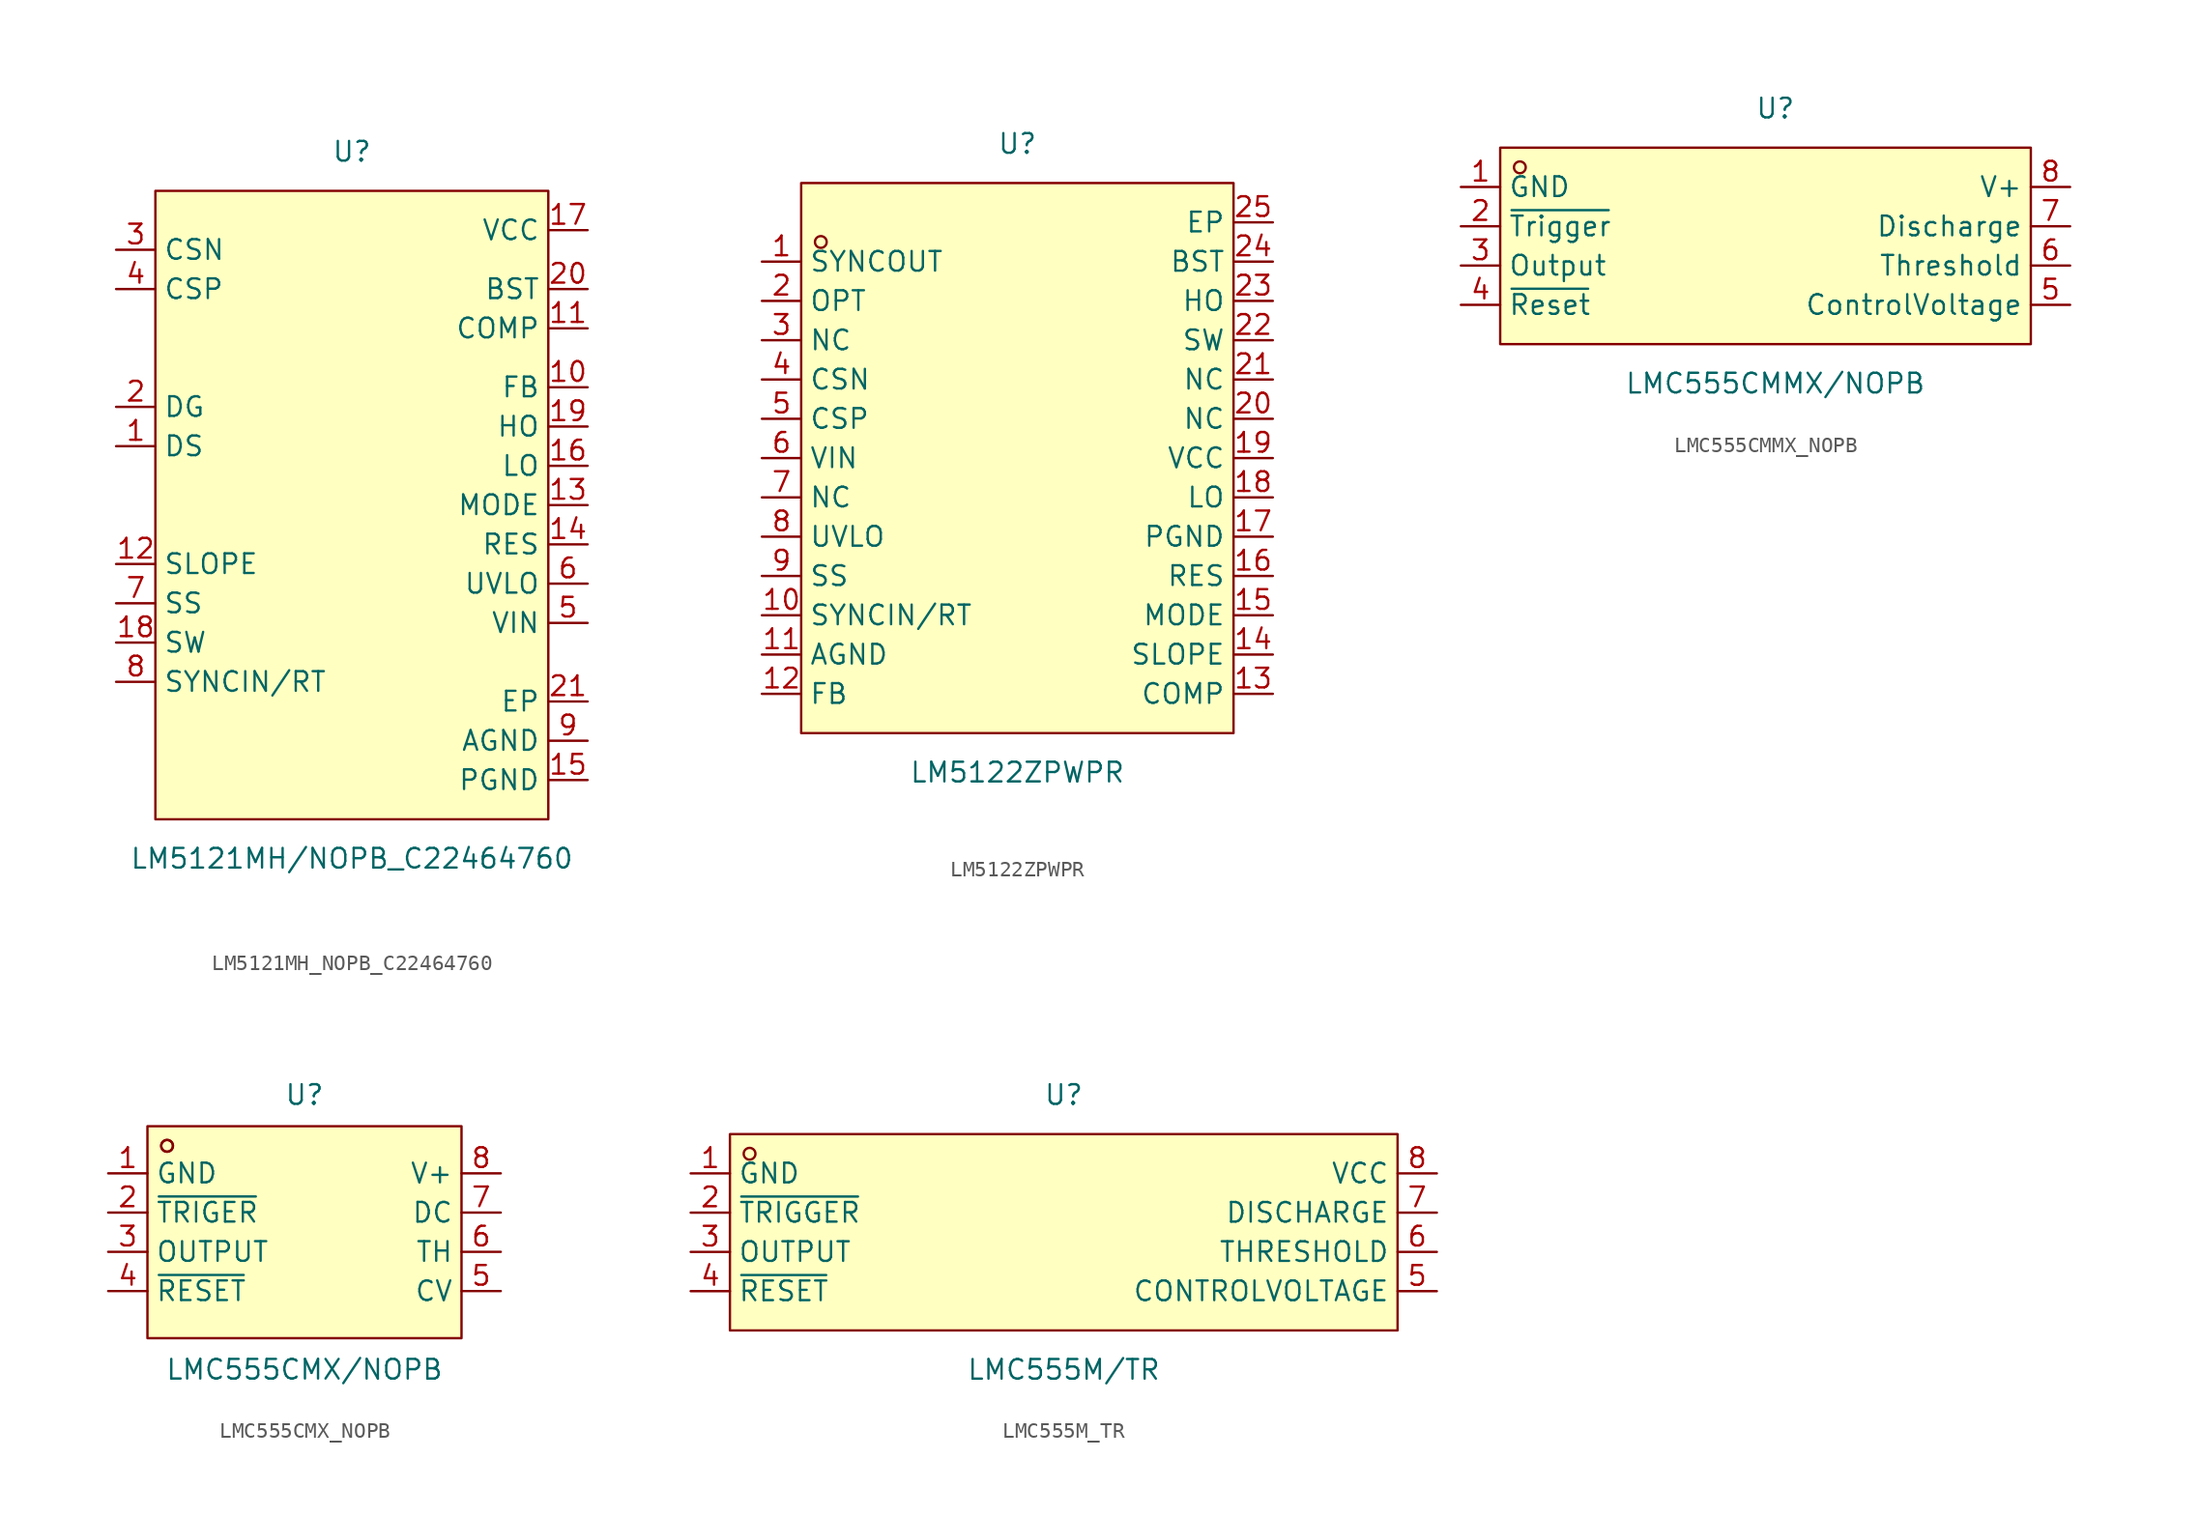
<source format=kicad_sym>
(kicad_symbol_lib
  (version 20231120)
  (generator "kicad_symbol_editor")
  (generator_version "8.0")
  (symbol "LM5121MH_NOPB_C22464760"
    (property "Reference" "U"
      (at 0 20.32 0)
      (effects (font (size 1.27 1.27))))
    (property "Value" "LM5121MH/NOPB_C22464760"
      (at 0 -25.40 0)
      (effects (font (size 1.27 1.27))))
    (symbol "LM5121MH_NOPB_C22464760_0_1"
      (rectangle (start -12.70 17.78) (end 12.70 -22.86) (stroke (width 0) (type default) (color 0 0 0 0)) (fill (type background)))
      (pin unspecified line (at -15.24 13.97 0) (length 2.54) (name "CSN" (effects (font (size 1.27 1.27)))) (number "3" (effects (font (size 1.27 1.27)))))
      (pin unspecified line (at -15.24 11.43 0) (length 2.54) (name "CSP" (effects (font (size 1.27 1.27)))) (number "4" (effects (font (size 1.27 1.27)))))
      (pin unspecified line (at -15.24 3.81 0) (length 2.54) (name "DG" (effects (font (size 1.27 1.27)))) (number "2" (effects (font (size 1.27 1.27)))))
      (pin unspecified line (at -15.24 1.27 0) (length 2.54) (name "DS" (effects (font (size 1.27 1.27)))) (number "1" (effects (font (size 1.27 1.27)))))
      (pin unspecified line (at -15.24 -6.35 0) (length 2.54) (name "SLOPE" (effects (font (size 1.27 1.27)))) (number "12" (effects (font (size 1.27 1.27)))))
      (pin unspecified line (at -15.24 -8.89 0) (length 2.54) (name "SS" (effects (font (size 1.27 1.27)))) (number "7" (effects (font (size 1.27 1.27)))))
      (pin unspecified line (at -15.24 -11.43 0) (length 2.54) (name "SW" (effects (font (size 1.27 1.27)))) (number "18" (effects (font (size 1.27 1.27)))))
      (pin unspecified line (at -15.24 -13.97 0) (length 2.54) (name "SYNCIN/RT" (effects (font (size 1.27 1.27)))) (number "8" (effects (font (size 1.27 1.27)))))
      (pin unspecified line (at 15.24 -20.32 180) (length 2.54) (name "PGND" (effects (font (size 1.27 1.27)))) (number "15" (effects (font (size 1.27 1.27)))))
      (pin unspecified line (at 15.24 -17.78 180) (length 2.54) (name "AGND" (effects (font (size 1.27 1.27)))) (number "9" (effects (font (size 1.27 1.27)))))
      (pin unspecified line (at 15.24 -10.16 180) (length 2.54) (name "VIN" (effects (font (size 1.27 1.27)))) (number "5" (effects (font (size 1.27 1.27)))))
      (pin unspecified line (at 15.24 -7.62 180) (length 2.54) (name "UVLO" (effects (font (size 1.27 1.27)))) (number "6" (effects (font (size 1.27 1.27)))))
      (pin unspecified line (at 15.24 -5.08 180) (length 2.54) (name "RES" (effects (font (size 1.27 1.27)))) (number "14" (effects (font (size 1.27 1.27)))))
      (pin unspecified line (at 15.24 -2.54 180) (length 2.54) (name "MODE" (effects (font (size 1.27 1.27)))) (number "13" (effects (font (size 1.27 1.27)))))
      (pin unspecified line (at 15.24 -0.00 180) (length 2.54) (name "LO" (effects (font (size 1.27 1.27)))) (number "16" (effects (font (size 1.27 1.27)))))
      (pin unspecified line (at 15.24 2.54 180) (length 2.54) (name "HO" (effects (font (size 1.27 1.27)))) (number "19" (effects (font (size 1.27 1.27)))))
      (pin unspecified line (at 15.24 5.08 180) (length 2.54) (name "FB" (effects (font (size 1.27 1.27)))) (number "10" (effects (font (size 1.27 1.27)))))
      (pin unspecified line (at 15.24 -15.24 180) (length 2.54) (name "EP" (effects (font (size 1.27 1.27)))) (number "21" (effects (font (size 1.27 1.27)))))
      (pin unspecified line (at 15.24 8.89 180) (length 2.54) (name "COMP" (effects (font (size 1.27 1.27)))) (number "11" (effects (font (size 1.27 1.27)))))
      (pin unspecified line (at 15.24 11.43 180) (length 2.54) (name "BST" (effects (font (size 1.27 1.27)))) (number "20" (effects (font (size 1.27 1.27)))))
      (pin unspecified line (at 15.24 15.24 180) (length 2.54) (name "VCC" (effects (font (size 1.27 1.27)))) (number "17" (effects (font (size 1.27 1.27)))))))
  (symbol "LM5122ZPWPR"
    (property "Reference" "U"
      (at 0 20.32 0)
      (effects (font (size 1.27 1.27))))
    (property "Value" "LM5122ZPWPR"
      (at 0 -20.32 0)
      (effects (font (size 1.27 1.27))))
    (symbol "LM5122ZPWPR_0_1"
      (rectangle (start -13.97 17.78) (end 13.97 -17.78) (stroke (width 0) (type default)) (fill (type background)))
      (circle (center -12.7 13.97) (radius 0.38) (stroke (width 0) (type default)) (fill (type none)))
      (pin unspecified line (at -16.51 12.7 0) (length 2.54) (name "SYNCOUT" (effects (font (size 1.27 1.27)))) (number "1" (effects (font (size 1.27 1.27)))))
      (pin unspecified line (at -16.51 -10.16 0) (length 2.54) (name "SYNCIN/RT" (effects (font (size 1.27 1.27)))) (number "10" (effects (font (size 1.27 1.27)))))
      (pin unspecified line (at -16.51 -12.7 0) (length 2.54) (name "AGND" (effects (font (size 1.27 1.27)))) (number "11" (effects (font (size 1.27 1.27)))))
      (pin unspecified line (at -16.51 -15.24 0) (length 2.54) (name "FB" (effects (font (size 1.27 1.27)))) (number "12" (effects (font (size 1.27 1.27)))))
      (pin unspecified line (at 16.51 -15.24 180) (length 2.54) (name "COMP" (effects (font (size 1.27 1.27)))) (number "13" (effects (font (size 1.27 1.27)))))
      (pin unspecified line (at 16.51 -12.7 180) (length 2.54) (name "SLOPE" (effects (font (size 1.27 1.27)))) (number "14" (effects (font (size 1.27 1.27)))))
      (pin unspecified line (at 16.51 -10.16 180) (length 2.54) (name "MODE" (effects (font (size 1.27 1.27)))) (number "15" (effects (font (size 1.27 1.27)))))
      (pin unspecified line (at 16.51 -7.62 180) (length 2.54) (name "RES" (effects (font (size 1.27 1.27)))) (number "16" (effects (font (size 1.27 1.27)))))
      (pin unspecified line (at 16.51 -5.08 180) (length 2.54) (name "PGND" (effects (font (size 1.27 1.27)))) (number "17" (effects (font (size 1.27 1.27)))))
      (pin unspecified line (at 16.51 -2.54 180) (length 2.54) (name "LO" (effects (font (size 1.27 1.27)))) (number "18" (effects (font (size 1.27 1.27)))))
      (pin unspecified line (at 16.51 0 180) (length 2.54) (name "VCC" (effects (font (size 1.27 1.27)))) (number "19" (effects (font (size 1.27 1.27)))))
      (pin unspecified line (at -16.51 10.16 0) (length 2.54) (name "OPT" (effects (font (size 1.27 1.27)))) (number "2" (effects (font (size 1.27 1.27)))))
      (pin unspecified line (at 16.51 2.54 180) (length 2.54) (name "NC" (effects (font (size 1.27 1.27)))) (number "20" (effects (font (size 1.27 1.27)))))
      (pin unspecified line (at 16.51 5.08 180) (length 2.54) (name "NC" (effects (font (size 1.27 1.27)))) (number "21" (effects (font (size 1.27 1.27)))))
      (pin unspecified line (at 16.51 7.62 180) (length 2.54) (name "SW" (effects (font (size 1.27 1.27)))) (number "22" (effects (font (size 1.27 1.27)))))
      (pin unspecified line (at 16.51 10.16 180) (length 2.54) (name "HO" (effects (font (size 1.27 1.27)))) (number "23" (effects (font (size 1.27 1.27)))))
      (pin unspecified line (at 16.51 12.7 180) (length 2.54) (name "BST" (effects (font (size 1.27 1.27)))) (number "24" (effects (font (size 1.27 1.27)))))
      (pin unspecified line (at 16.51 15.24 180) (length 2.54) (name "EP" (effects (font (size 1.27 1.27)))) (number "25" (effects (font (size 1.27 1.27)))))
      (pin unspecified line (at -16.51 7.62 0) (length 2.54) (name "NC" (effects (font (size 1.27 1.27)))) (number "3" (effects (font (size 1.27 1.27)))))
      (pin unspecified line (at -16.51 5.08 0) (length 2.54) (name "CSN" (effects (font (size 1.27 1.27)))) (number "4" (effects (font (size 1.27 1.27)))))
      (pin unspecified line (at -16.51 2.54 0) (length 2.54) (name "CSP" (effects (font (size 1.27 1.27)))) (number "5" (effects (font (size 1.27 1.27)))))
      (pin unspecified line (at -16.51 0 0) (length 2.54) (name "VIN" (effects (font (size 1.27 1.27)))) (number "6" (effects (font (size 1.27 1.27)))))
      (pin unspecified line (at -16.51 -2.54 0) (length 2.54) (name "NC" (effects (font (size 1.27 1.27)))) (number "7" (effects (font (size 1.27 1.27)))))
      (pin unspecified line (at -16.51 -5.08 0) (length 2.54) (name "UVLO" (effects (font (size 1.27 1.27)))) (number "8" (effects (font (size 1.27 1.27)))))
      (pin unspecified line (at -16.51 -7.62 0) (length 2.54) (name "SS" (effects (font (size 1.27 1.27)))) (number "9" (effects (font (size 1.27 1.27)))))))
  (symbol "LMC555CMMX_NOPB"
    (property "Reference" "U"
      (at 0 8.89 0)
      (effects (font (size 1.27 1.27))))
    (property "Value" "LMC555CMMX/NOPB"
      (at 0 -8.89 0)
      (effects (font (size 1.27 1.27))))
    (symbol "LMC555CMMX_NOPB_0_1"
      (rectangle (start -17.78 6.35) (end 16.51 -6.35) (stroke (width 0) (type default)) (fill (type background)))
      (circle (center -16.51 5.08) (radius 0.38) (stroke (width 0) (type default)) (fill (type none)))
      (pin unspecified line (at -20.32 3.81 0) (length 2.54) (name "GND" (effects (font (size 1.27 1.27)))) (number "1" (effects (font (size 1.27 1.27)))))
      (pin unspecified line (at -20.32 1.27 0) (length 2.54) (name "~{Trigger}" (effects (font (size 1.27 1.27)))) (number "2" (effects (font (size 1.27 1.27)))))
      (pin unspecified line (at -20.32 -1.27 0) (length 2.54) (name "Output" (effects (font (size 1.27 1.27)))) (number "3" (effects (font (size 1.27 1.27)))))
      (pin unspecified line (at -20.32 -3.81 0) (length 2.54) (name "~{Reset}" (effects (font (size 1.27 1.27)))) (number "4" (effects (font (size 1.27 1.27)))))
      (pin unspecified line (at 19.05 -3.81 180) (length 2.54) (name "ControlVoltage" (effects (font (size 1.27 1.27)))) (number "5" (effects (font (size 1.27 1.27)))))
      (pin unspecified line (at 19.05 -1.27 180) (length 2.54) (name "Threshold" (effects (font (size 1.27 1.27)))) (number "6" (effects (font (size 1.27 1.27)))))
      (pin unspecified line (at 19.05 1.27 180) (length 2.54) (name "Discharge" (effects (font (size 1.27 1.27)))) (number "7" (effects (font (size 1.27 1.27)))))
      (pin unspecified line (at 19.05 3.81 180) (length 2.54) (name "V+" (effects (font (size 1.27 1.27)))) (number "8" (effects (font (size 1.27 1.27)))))))
  (symbol "LMC555CMX_NOPB"
    (property "Reference" "U"
      (at 0 8.89 0)
      (effects (font (size 1.27 1.27))))
    (property "Value" "LMC555CMX/NOPB"
      (at 0 -8.89 0)
      (effects (font (size 1.27 1.27))))
    (symbol "LMC555CMX_NOPB_0_1"
      (rectangle (start -10.16 6.86) (end 10.16 -6.86) (stroke (width 0) (type default)) (fill (type background)))
      (circle (center -8.89 5.59) (radius 0.38) (stroke (width 0) (type default)) (fill (type none)))
      (circle (center -8.89 5.59) (radius 0.38) (stroke (width 0) (type default)) (fill (type none)))
      (pin unspecified line (at -12.7 3.81 0) (length 2.54) (name "GND" (effects (font (size 1.27 1.27)))) (number "1" (effects (font (size 1.27 1.27)))))
      (pin unspecified line (at -12.7 1.27 0) (length 2.54) (name "~{TRIGER}" (effects (font (size 1.27 1.27)))) (number "2" (effects (font (size 1.27 1.27)))))
      (pin unspecified line (at -12.7 -1.27 0) (length 2.54) (name "OUTPUT" (effects (font (size 1.27 1.27)))) (number "3" (effects (font (size 1.27 1.27)))))
      (pin unspecified line (at -12.7 -3.81 0) (length 2.54) (name "~{RESET}" (effects (font (size 1.27 1.27)))) (number "4" (effects (font (size 1.27 1.27)))))
      (pin unspecified line (at 12.7 -3.81 180) (length 2.54) (name "CV" (effects (font (size 1.27 1.27)))) (number "5" (effects (font (size 1.27 1.27)))))
      (pin unspecified line (at 12.7 -1.27 180) (length 2.54) (name "TH" (effects (font (size 1.27 1.27)))) (number "6" (effects (font (size 1.27 1.27)))))
      (pin unspecified line (at 12.7 1.27 180) (length 2.54) (name "DC" (effects (font (size 1.27 1.27)))) (number "7" (effects (font (size 1.27 1.27)))))
      (pin unspecified line (at 12.7 3.81 180) (length 2.54) (name "V+" (effects (font (size 1.27 1.27)))) (number "8" (effects (font (size 1.27 1.27)))))))
  (symbol "LMC555M_TR"
    (property "Reference" "U"
      (at 0 8.89 0)
      (effects (font (size 1.27 1.27))))
    (property "Value" "LMC555M/TR"
      (at 0 -8.89 0)
      (effects (font (size 1.27 1.27))))
    (symbol "LMC555M_TR_0_1"
      (rectangle (start -21.59 6.35) (end 21.59 -6.35) (stroke (width 0) (type default)) (fill (type background)))
      (circle (center -20.32 5.08) (radius 0.38) (stroke (width 0) (type default)) (fill (type none)))
      (pin unspecified line (at -24.13 3.81 0) (length 2.54) (name "GND" (effects (font (size 1.27 1.27)))) (number "1" (effects (font (size 1.27 1.27)))))
      (pin unspecified line (at -24.13 1.27 0) (length 2.54) (name "~{TRIGGER}" (effects (font (size 1.27 1.27)))) (number "2" (effects (font (size 1.27 1.27)))))
      (pin unspecified line (at -24.13 -1.27 0) (length 2.54) (name "OUTPUT" (effects (font (size 1.27 1.27)))) (number "3" (effects (font (size 1.27 1.27)))))
      (pin unspecified line (at -24.13 -3.81 0) (length 2.54) (name "~{RESET}" (effects (font (size 1.27 1.27)))) (number "4" (effects (font (size 1.27 1.27)))))
      (pin unspecified line (at 24.13 -3.81 180) (length 2.54) (name "CONTROLVOLTAGE" (effects (font (size 1.27 1.27)))) (number "5" (effects (font (size 1.27 1.27)))))
      (pin unspecified line (at 24.13 -1.27 180) (length 2.54) (name "THRESHOLD" (effects (font (size 1.27 1.27)))) (number "6" (effects (font (size 1.27 1.27)))))
      (pin unspecified line (at 24.13 1.27 180) (length 2.54) (name "DISCHARGE" (effects (font (size 1.27 1.27)))) (number "7" (effects (font (size 1.27 1.27)))))
      (pin unspecified line (at 24.13 3.81 180) (length 2.54) (name "VCC" (effects (font (size 1.27 1.27)))) (number "8" (effects (font (size 1.27 1.27))))))))
</source>
